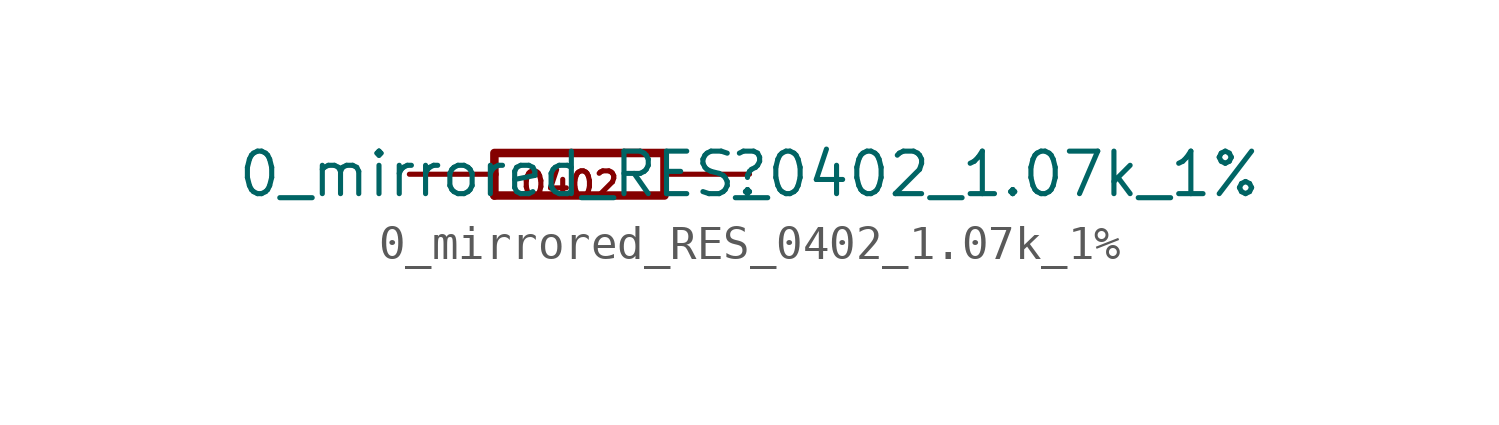
<source format=kicad_sym>
(kicad_symbol_lib
  (version 20211014)
  (generator kicad_symbol_editor)
  (symbol "0_mirrored_RES_0402_1.07k_1%"
    (property "Reference" ""
      (at 0 0 0)
      (effects (font (size 1.27 1.27))))
    (property "Value" "0_mirrored_RES_0402_1.07k_1%"
      (at 0 0 0)
      (effects (font (size 1.27 1.27))))
    (symbol "0_mirrored_RES_0402_1.07k_1%_1_0"
      (polyline (pts (xy -7.62 -0.635) (xy -7.62 0)) (stroke (width 0.254) (type default) (color 0 0 0 0)) (fill (type none)))
      (polyline (pts (xy -7.62 0) (xy -7.62 0.635) (xy -2.54 0.635) (xy -2.54 -0.635) (xy -7.62 -0.635)) (stroke (width 0.254) (type default) (color 0 0 0 0)) (fill (type none)))
      (text "0402" (at -3.81 -0.762 0) (effects (font (size 0.762 0.762)) (justify right bottom)))
      (pin passive line (at 0 0 180) (length 2.54) (name "1" (effects (font (size 0 0)))) (number "1" (effects (font (size 0 0)))))
      (pin passive line (at -10.16 0 0) (length 2.54) (name "2" (effects (font (size 0 0)))) (number "2" (effects (font (size 0 0))))))))
</source>
